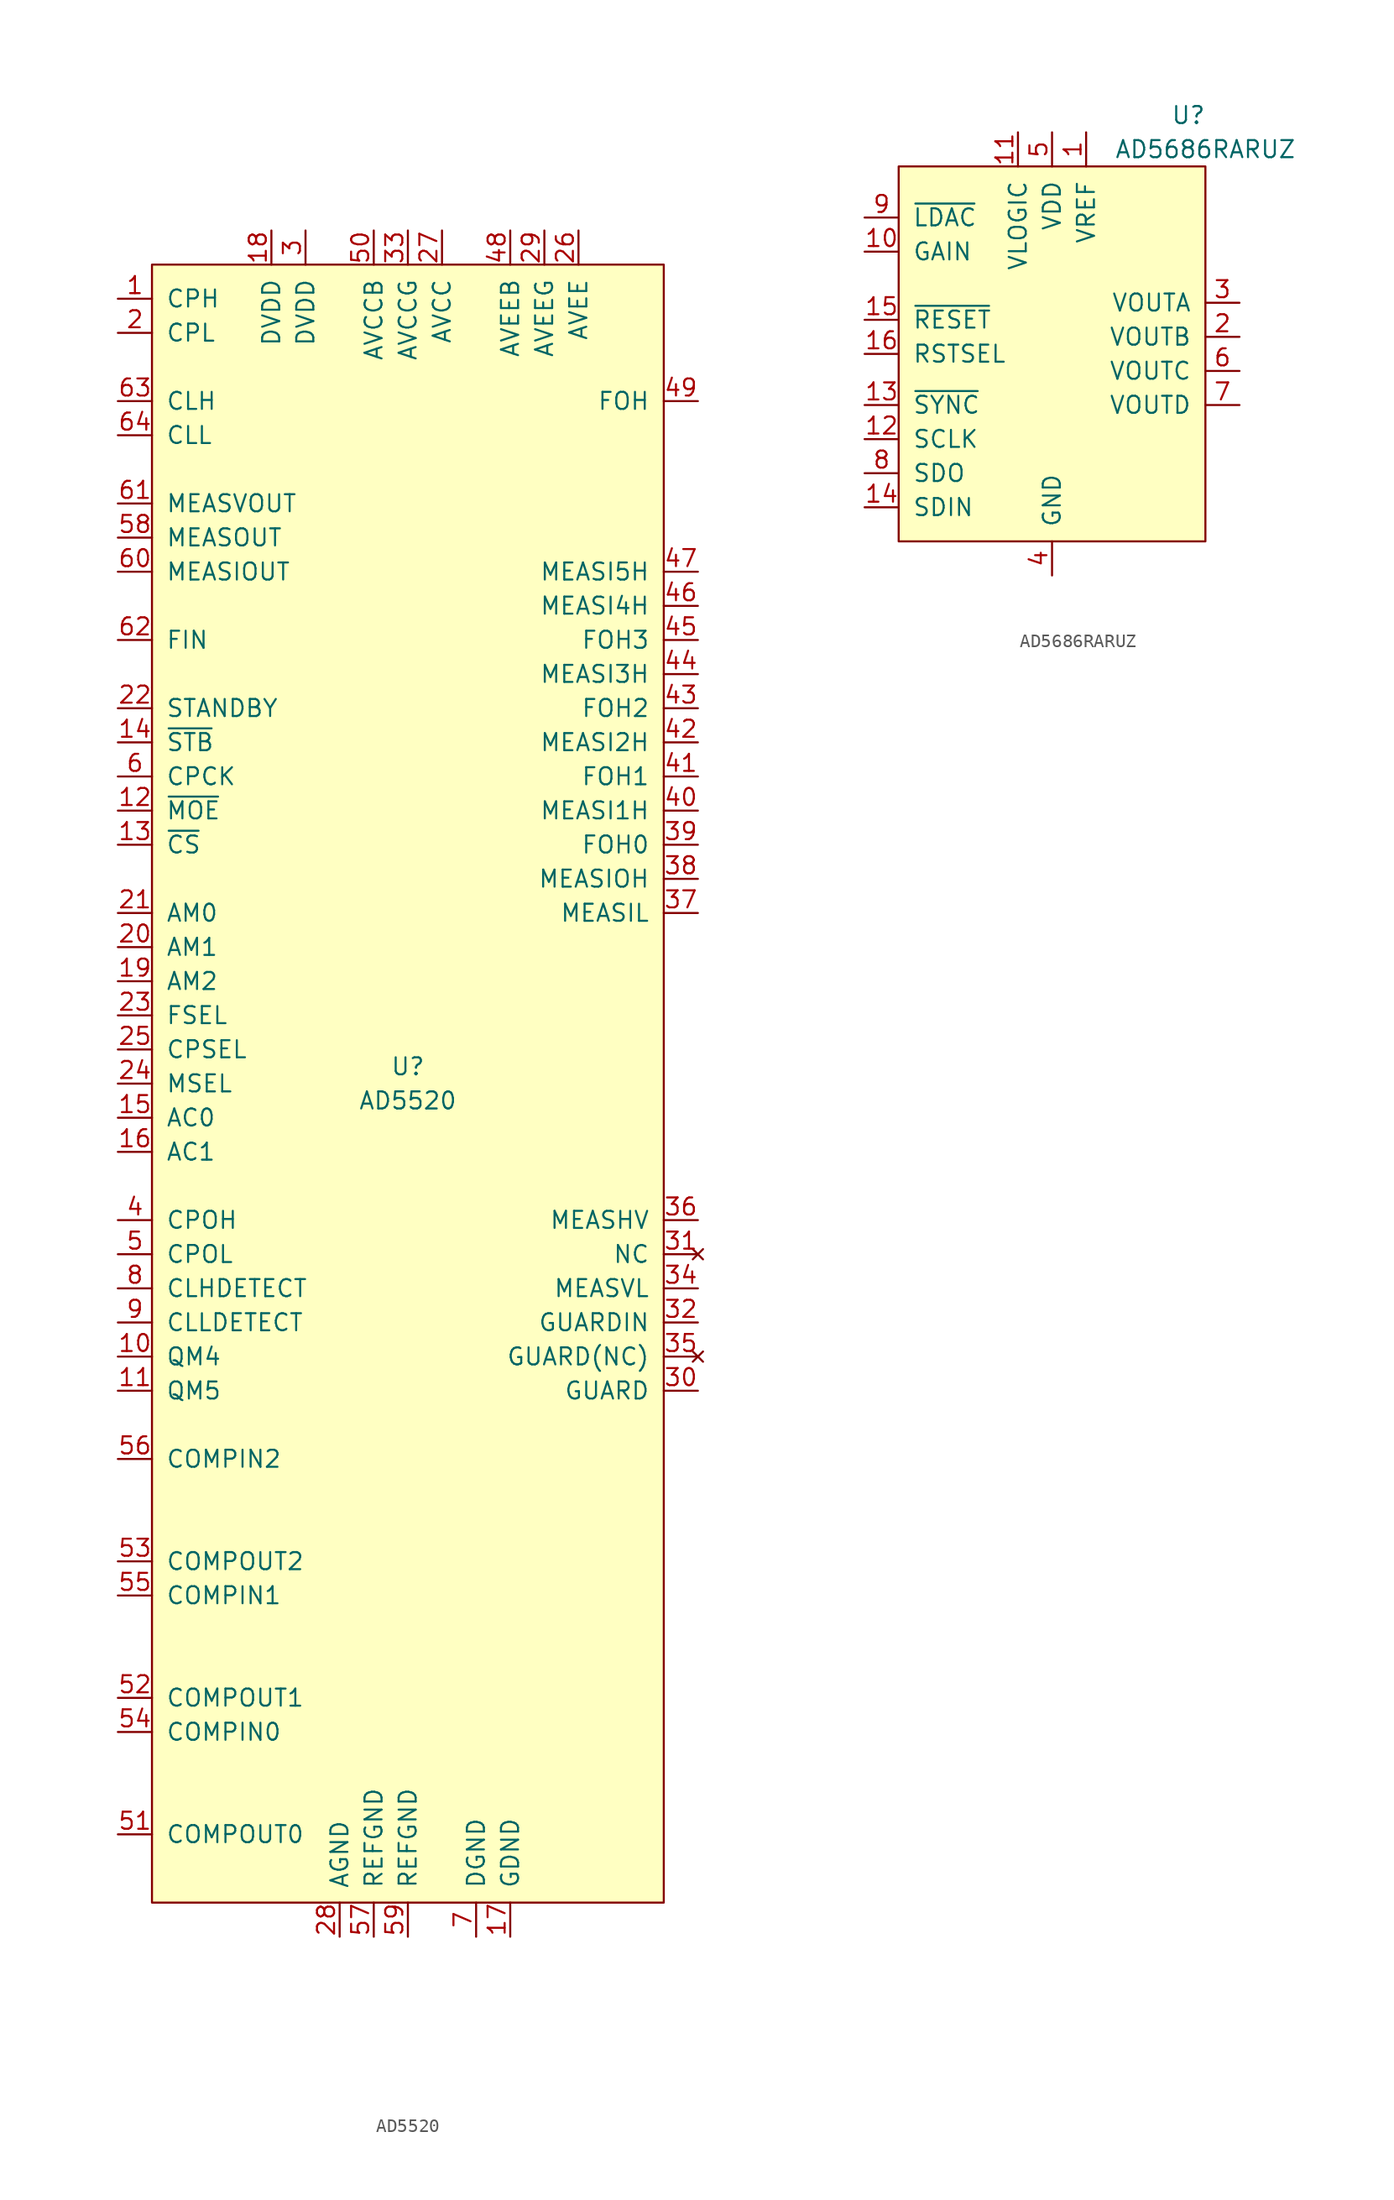
<source format=kicad_sym>
(kicad_symbol_lib
  (version 20220914)
  (generator kicad_symbol_editor)
  (symbol "AD5520"
    (pin_names
      (offset 1.016))
    (property "Reference" "U"
      (at 0 1.27 0)
      (effects (font (size 1.27 1.27))))
    (property "Value" "AD5520"
      (at 0 -1.27 0)
      (effects (font (size 1.27 1.27))))
    (symbol "AD5520_0_1"
      (rectangle (start -19.05 60.96) (end 19.05 -60.96) (stroke (width 0) (type default)) (fill (type background))))
    (symbol "AD5520_1_1"
      (pin input line (at -21.59 58.42 0) (length 2.54) (name "CPH" (effects (font (size 1.27 1.27)))) (number "1" (effects (font (size 1.27 1.27)))))
      (pin output line (at -21.59 -20.32 0) (length 2.54) (name "QM4" (effects (font (size 1.27 1.27)))) (number "10" (effects (font (size 1.27 1.27)))))
      (pin output line (at -21.59 -22.86 0) (length 2.54) (name "QM5" (effects (font (size 1.27 1.27)))) (number "11" (effects (font (size 1.27 1.27)))))
      (pin input line (at -21.59 20.32 0) (length 2.54) (name "~{MOE}" (effects (font (size 1.27 1.27)))) (number "12" (effects (font (size 1.27 1.27)))))
      (pin input line (at -21.59 17.78 0) (length 2.54) (name "~{CS}" (effects (font (size 1.27 1.27)))) (number "13" (effects (font (size 1.27 1.27)))))
      (pin input line (at -21.59 25.4 0) (length 2.54) (name "~{STB}" (effects (font (size 1.27 1.27)))) (number "14" (effects (font (size 1.27 1.27)))))
      (pin input line (at -21.59 -2.54 0) (length 2.54) (name "AC0" (effects (font (size 1.27 1.27)))) (number "15" (effects (font (size 1.27 1.27)))))
      (pin input line (at -21.59 -5.08 0) (length 2.54) (name "AC1" (effects (font (size 1.27 1.27)))) (number "16" (effects (font (size 1.27 1.27)))))
      (pin passive line (at 7.62 -63.5 90) (length 2.54) (name "GDND" (effects (font (size 1.27 1.27)))) (number "17" (effects (font (size 1.27 1.27)))))
      (pin passive line (at -10.16 63.5 270) (length 2.54) (name "DVDD" (effects (font (size 1.27 1.27)))) (number "18" (effects (font (size 1.27 1.27)))))
      (pin input line (at -21.59 7.62 0) (length 2.54) (name "AM2" (effects (font (size 1.27 1.27)))) (number "19" (effects (font (size 1.27 1.27)))))
      (pin input line (at -21.59 55.88 0) (length 2.54) (name "CPL" (effects (font (size 1.27 1.27)))) (number "2" (effects (font (size 1.27 1.27)))))
      (pin input line (at -21.59 10.16 0) (length 2.54) (name "AM1" (effects (font (size 1.27 1.27)))) (number "20" (effects (font (size 1.27 1.27)))))
      (pin input line (at -21.59 12.7 0) (length 2.54) (name "AM0" (effects (font (size 1.27 1.27)))) (number "21" (effects (font (size 1.27 1.27)))))
      (pin input line (at -21.59 27.94 0) (length 2.54) (name "STANDBY" (effects (font (size 1.27 1.27)))) (number "22" (effects (font (size 1.27 1.27)))))
      (pin input line (at -21.59 5.08 0) (length 2.54) (name "FSEL" (effects (font (size 1.27 1.27)))) (number "23" (effects (font (size 1.27 1.27)))))
      (pin input line (at -21.59 0 0) (length 2.54) (name "MSEL" (effects (font (size 1.27 1.27)))) (number "24" (effects (font (size 1.27 1.27)))))
      (pin input line (at -21.59 2.54 0) (length 2.54) (name "CPSEL" (effects (font (size 1.27 1.27)))) (number "25" (effects (font (size 1.27 1.27)))))
      (pin passive line (at 12.7 63.5 270) (length 2.54) (name "AVEE" (effects (font (size 1.27 1.27)))) (number "26" (effects (font (size 1.27 1.27)))))
      (pin passive line (at 2.54 63.5 270) (length 2.54) (name "AVCC" (effects (font (size 1.27 1.27)))) (number "27" (effects (font (size 1.27 1.27)))))
      (pin passive line (at -5.08 -63.5 90) (length 2.54) (name "AGND" (effects (font (size 1.27 1.27)))) (number "28" (effects (font (size 1.27 1.27)))))
      (pin passive line (at 10.16 63.5 270) (length 2.54) (name "AVEEG" (effects (font (size 1.27 1.27)))) (number "29" (effects (font (size 1.27 1.27)))))
      (pin passive line (at -7.62 63.5 270) (length 2.54) (name "DVDD" (effects (font (size 1.27 1.27)))) (number "3" (effects (font (size 1.27 1.27)))))
      (pin output line (at 21.59 -22.86 180) (length 2.54) (name "GUARD" (effects (font (size 1.27 1.27)))) (number "30" (effects (font (size 1.27 1.27)))))
      (pin no_connect line (at 21.59 -12.7 180) (length 2.54) (name "NC" (effects (font (size 1.27 1.27)))) (number "31" (effects (font (size 1.27 1.27)))))
      (pin input line (at 21.59 -17.78 180) (length 2.54) (name "GUARDIN" (effects (font (size 1.27 1.27)))) (number "32" (effects (font (size 1.27 1.27)))))
      (pin passive line (at 0 63.5 270) (length 2.54) (name "AVCCG" (effects (font (size 1.27 1.27)))) (number "33" (effects (font (size 1.27 1.27)))))
      (pin input line (at 21.59 -15.24 180) (length 2.54) (name "MEASVL" (effects (font (size 1.27 1.27)))) (number "34" (effects (font (size 1.27 1.27)))))
      (pin no_connect line (at 21.59 -20.32 180) (length 2.54) (name "GUARD(NC)" (effects (font (size 1.27 1.27)))) (number "35" (effects (font (size 1.27 1.27)))))
      (pin input line (at 21.59 -10.16 180) (length 2.54) (name "MEASHV" (effects (font (size 1.27 1.27)))) (number "36" (effects (font (size 1.27 1.27)))))
      (pin input line (at 21.59 12.7 180) (length 2.54) (name "MEASIL" (effects (font (size 1.27 1.27)))) (number "37" (effects (font (size 1.27 1.27)))))
      (pin input line (at 21.59 15.24 180) (length 2.54) (name "MEASIOH" (effects (font (size 1.27 1.27)))) (number "38" (effects (font (size 1.27 1.27)))))
      (pin output line (at 21.59 17.78 180) (length 2.54) (name "FOH0" (effects (font (size 1.27 1.27)))) (number "39" (effects (font (size 1.27 1.27)))))
      (pin output line (at -21.59 -10.16 0) (length 2.54) (name "CPOH" (effects (font (size 1.27 1.27)))) (number "4" (effects (font (size 1.27 1.27)))))
      (pin input line (at 21.59 20.32 180) (length 2.54) (name "MEASI1H" (effects (font (size 1.27 1.27)))) (number "40" (effects (font (size 1.27 1.27)))))
      (pin output line (at 21.59 22.86 180) (length 2.54) (name "FOH1" (effects (font (size 1.27 1.27)))) (number "41" (effects (font (size 1.27 1.27)))))
      (pin input line (at 21.59 25.4 180) (length 2.54) (name "MEASI2H" (effects (font (size 1.27 1.27)))) (number "42" (effects (font (size 1.27 1.27)))))
      (pin output line (at 21.59 27.94 180) (length 2.54) (name "FOH2" (effects (font (size 1.27 1.27)))) (number "43" (effects (font (size 1.27 1.27)))))
      (pin input line (at 21.59 30.48 180) (length 2.54) (name "MEASI3H" (effects (font (size 1.27 1.27)))) (number "44" (effects (font (size 1.27 1.27)))))
      (pin output line (at 21.59 33.02 180) (length 2.54) (name "FOH3" (effects (font (size 1.27 1.27)))) (number "45" (effects (font (size 1.27 1.27)))))
      (pin input line (at 21.59 35.56 180) (length 2.54) (name "MEASI4H" (effects (font (size 1.27 1.27)))) (number "46" (effects (font (size 1.27 1.27)))))
      (pin input line (at 21.59 38.1 180) (length 2.54) (name "MEASI5H" (effects (font (size 1.27 1.27)))) (number "47" (effects (font (size 1.27 1.27)))))
      (pin passive line (at 7.62 63.5 270) (length 2.54) (name "AVEEB" (effects (font (size 1.27 1.27)))) (number "48" (effects (font (size 1.27 1.27)))))
      (pin output line (at 21.59 50.8 180) (length 2.54) (name "FOH" (effects (font (size 1.27 1.27)))) (number "49" (effects (font (size 1.27 1.27)))))
      (pin output line (at -21.59 -12.7 0) (length 2.54) (name "CPOL" (effects (font (size 1.27 1.27)))) (number "5" (effects (font (size 1.27 1.27)))))
      (pin passive line (at -2.54 63.5 270) (length 2.54) (name "AVCCB" (effects (font (size 1.27 1.27)))) (number "50" (effects (font (size 1.27 1.27)))))
      (pin output line (at -21.59 -55.88 0) (length 2.54) (name "COMPOUT0" (effects (font (size 1.27 1.27)))) (number "51" (effects (font (size 1.27 1.27)))))
      (pin output line (at -21.59 -45.72 0) (length 2.54) (name "COMPOUT1" (effects (font (size 1.27 1.27)))) (number "52" (effects (font (size 1.27 1.27)))))
      (pin output line (at -21.59 -35.56 0) (length 2.54) (name "COMPOUT2" (effects (font (size 1.27 1.27)))) (number "53" (effects (font (size 1.27 1.27)))))
      (pin input line (at -21.59 -48.26 0) (length 2.54) (name "COMPIN0" (effects (font (size 1.27 1.27)))) (number "54" (effects (font (size 1.27 1.27)))))
      (pin input line (at -21.59 -38.1 0) (length 2.54) (name "COMPIN1" (effects (font (size 1.27 1.27)))) (number "55" (effects (font (size 1.27 1.27)))))
      (pin input line (at -21.59 -27.94 0) (length 2.54) (name "COMPIN2" (effects (font (size 1.27 1.27)))) (number "56" (effects (font (size 1.27 1.27)))))
      (pin passive line (at -2.54 -63.5 90) (length 2.54) (name "REFGND" (effects (font (size 1.27 1.27)))) (number "57" (effects (font (size 1.27 1.27)))))
      (pin output line (at -21.59 40.64 0) (length 2.54) (name "MEASOUT" (effects (font (size 1.27 1.27)))) (number "58" (effects (font (size 1.27 1.27)))))
      (pin passive line (at 0 -63.5 90) (length 2.54) (name "REFGND" (effects (font (size 1.27 1.27)))) (number "59" (effects (font (size 1.27 1.27)))))
      (pin input line (at -21.59 22.86 0) (length 2.54) (name "CPCK" (effects (font (size 1.27 1.27)))) (number "6" (effects (font (size 1.27 1.27)))))
      (pin output line (at -21.59 38.1 0) (length 2.54) (name "MEASIOUT" (effects (font (size 1.27 1.27)))) (number "60" (effects (font (size 1.27 1.27)))))
      (pin output line (at -21.59 43.18 0) (length 2.54) (name "MEASVOUT" (effects (font (size 1.27 1.27)))) (number "61" (effects (font (size 1.27 1.27)))))
      (pin input line (at -21.59 33.02 0) (length 2.54) (name "FIN" (effects (font (size 1.27 1.27)))) (number "62" (effects (font (size 1.27 1.27)))))
      (pin input line (at -21.59 50.8 0) (length 2.54) (name "CLH" (effects (font (size 1.27 1.27)))) (number "63" (effects (font (size 1.27 1.27)))))
      (pin input line (at -21.59 48.26 0) (length 2.54) (name "CLL" (effects (font (size 1.27 1.27)))) (number "64" (effects (font (size 1.27 1.27)))))
      (pin passive line (at 5.08 -63.5 90) (length 2.54) (name "DGND" (effects (font (size 1.27 1.27)))) (number "7" (effects (font (size 1.27 1.27)))))
      (pin output line (at -21.59 -15.24 0) (length 2.54) (name "CLHDETECT" (effects (font (size 1.27 1.27)))) (number "8" (effects (font (size 1.27 1.27)))))
      (pin output line (at -21.59 -17.78 0) (length 2.54) (name "CLLDETECT" (effects (font (size 1.27 1.27)))) (number "9" (effects (font (size 1.27 1.27)))))))
  (symbol "AD5686RARUZ"
    (pin_names
      (offset 1.016))
    (property "Reference" "U"
      (at 10.16 17.78 0)
      (effects (font (size 1.27 1.27))))
    (property "Value" "AD5686RARUZ"
      (at 11.43 15.24 0)
      (effects (font (size 1.27 1.27))))
    (symbol "AD5686RARUZ_0_1"
      (rectangle (start -11.43 13.97) (end 11.43 -13.97) (stroke (width 0) (type default)) (fill (type background))))
    (symbol "AD5686RARUZ_1_1"
      (pin power_in line (at 2.54 16.51 270) (length 2.54) (name "VREF" (effects (font (size 1.27 1.27)))) (number "1" (effects (font (size 1.27 1.27)))))
      (pin input line (at -13.97 7.62 0) (length 2.54) (name "GAIN" (effects (font (size 1.27 1.27)))) (number "10" (effects (font (size 1.27 1.27)))))
      (pin power_in line (at -2.54 16.51 270) (length 2.54) (name "VLOGIC" (effects (font (size 1.27 1.27)))) (number "11" (effects (font (size 1.27 1.27)))))
      (pin input line (at -13.97 -6.35 0) (length 2.54) (name "SCLK" (effects (font (size 1.27 1.27)))) (number "12" (effects (font (size 1.27 1.27)))))
      (pin input line (at -13.97 -3.81 0) (length 2.54) (name "~{SYNC}" (effects (font (size 1.27 1.27)))) (number "13" (effects (font (size 1.27 1.27)))))
      (pin input line (at -13.97 -11.43 0) (length 2.54) (name "SDIN" (effects (font (size 1.27 1.27)))) (number "14" (effects (font (size 1.27 1.27)))))
      (pin input line (at -13.97 2.54 0) (length 2.54) (name "~{RESET}" (effects (font (size 1.27 1.27)))) (number "15" (effects (font (size 1.27 1.27)))))
      (pin input line (at -13.97 0 0) (length 2.54) (name "RSTSEL" (effects (font (size 1.27 1.27)))) (number "16" (effects (font (size 1.27 1.27)))))
      (pin output line (at 13.97 1.27 180) (length 2.54) (name "VOUTB" (effects (font (size 1.27 1.27)))) (number "2" (effects (font (size 1.27 1.27)))))
      (pin output line (at 13.97 3.81 180) (length 2.54) (name "VOUTA" (effects (font (size 1.27 1.27)))) (number "3" (effects (font (size 1.27 1.27)))))
      (pin passive line (at 0 -16.51 90) (length 2.54) (name "GND" (effects (font (size 1.27 1.27)))) (number "4" (effects (font (size 1.27 1.27)))))
      (pin power_in line (at 0 16.51 270) (length 2.54) (name "VDD" (effects (font (size 1.27 1.27)))) (number "5" (effects (font (size 1.27 1.27)))))
      (pin output line (at 13.97 -1.27 180) (length 2.54) (name "VOUTC" (effects (font (size 1.27 1.27)))) (number "6" (effects (font (size 1.27 1.27)))))
      (pin output line (at 13.97 -3.81 180) (length 2.54) (name "VOUTD" (effects (font (size 1.27 1.27)))) (number "7" (effects (font (size 1.27 1.27)))))
      (pin input line (at -13.97 -8.89 0) (length 2.54) (name "SDO" (effects (font (size 1.27 1.27)))) (number "8" (effects (font (size 1.27 1.27)))))
      (pin input line (at -13.97 10.16 0) (length 2.54) (name "~{LDAC}" (effects (font (size 1.27 1.27)))) (number "9" (effects (font (size 1.27 1.27))))))))
</source>
